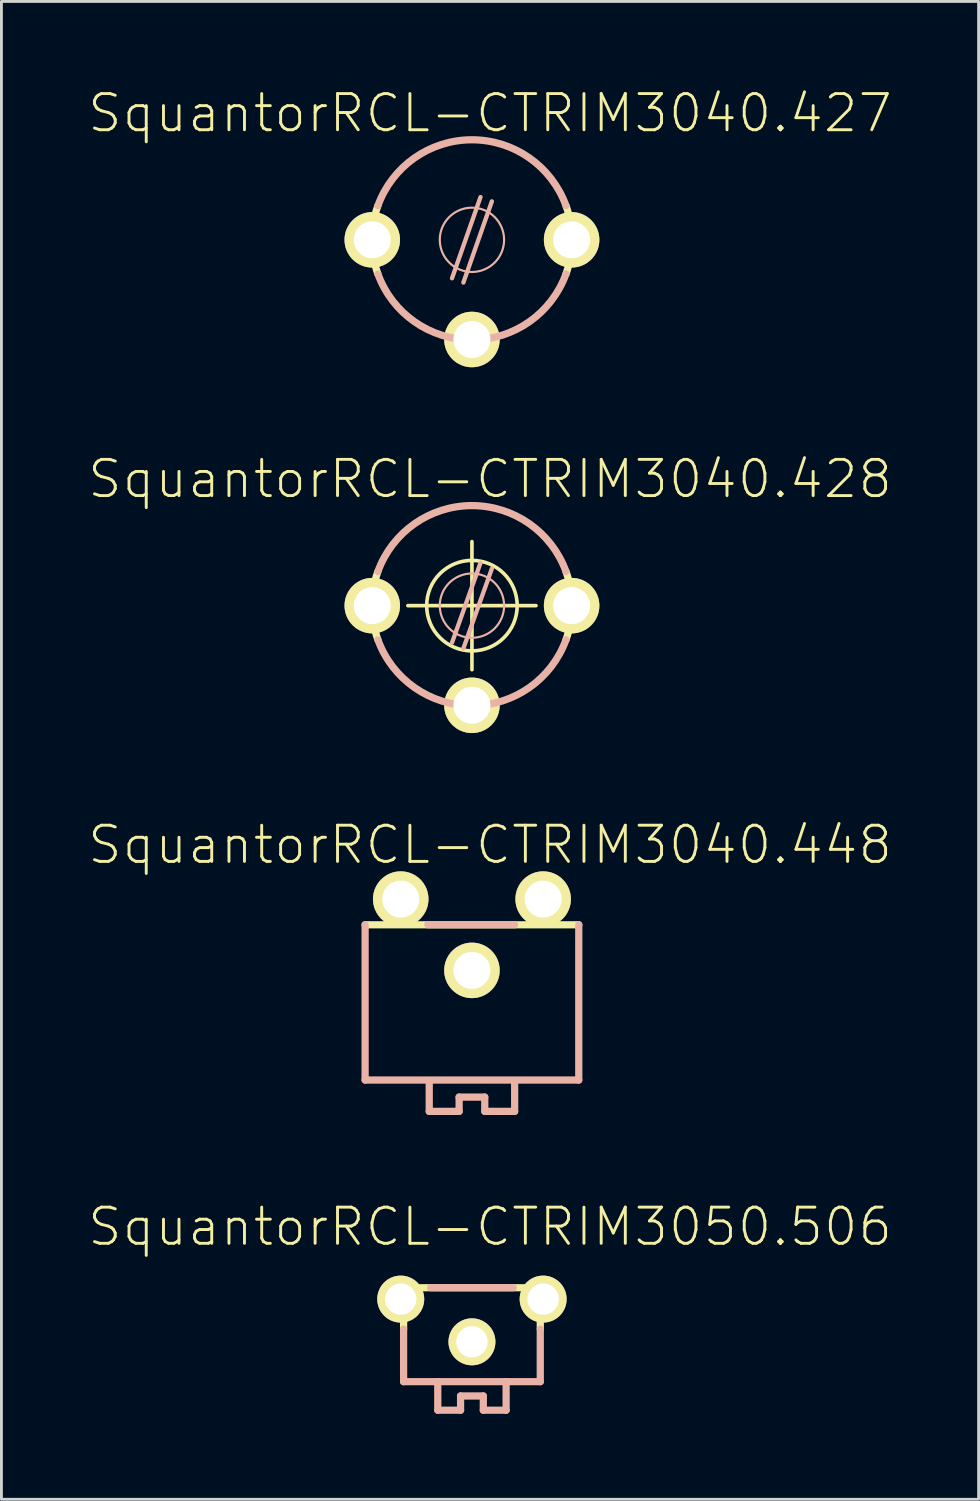
<source format=kicad_pcb>
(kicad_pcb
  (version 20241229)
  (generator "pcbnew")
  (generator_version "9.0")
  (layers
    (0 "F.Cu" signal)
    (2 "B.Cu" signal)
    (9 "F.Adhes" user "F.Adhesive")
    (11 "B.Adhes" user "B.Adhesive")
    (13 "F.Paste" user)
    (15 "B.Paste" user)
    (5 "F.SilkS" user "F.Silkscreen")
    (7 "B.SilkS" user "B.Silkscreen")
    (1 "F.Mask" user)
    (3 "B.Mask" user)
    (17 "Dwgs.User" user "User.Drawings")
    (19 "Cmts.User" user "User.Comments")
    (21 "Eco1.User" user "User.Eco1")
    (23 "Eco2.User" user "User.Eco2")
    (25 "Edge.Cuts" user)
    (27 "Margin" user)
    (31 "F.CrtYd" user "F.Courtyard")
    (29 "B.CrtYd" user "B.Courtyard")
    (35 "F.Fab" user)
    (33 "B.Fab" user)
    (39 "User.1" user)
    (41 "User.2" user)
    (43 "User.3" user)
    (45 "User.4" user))
  (footprint "SquantorRCL-CTRIM3040.448"
    (layer "F.Cu")
    (at 13.512 32.312)
    (property "Reference" "SquantorRCL-CTRIM3040.448" (at 0.635 -5.715 0) (layer "F.SilkS") (effects (font (size 1.27 1.27) (thickness 0.102))))
    (attr exclude_from_pos_files exclude_from_bom)
    (fp_line (start -3.749 -2.908) (end 3.749 -2.908) (stroke (width 0.254) (type solid)) (layer "F.SilkS"))
    (fp_line (start -2.799 -4.559) (end -2.2 -4.559) (stroke (width 0.066) (type solid)) (layer "F.SilkS"))
    (fp_line (start -2.799 -3.01) (end -2.799 -4.559) (stroke (width 0.066) (type solid)) (layer "F.SilkS"))
    (fp_line (start -2.799 -3.01) (end -2.2 -3.01) (stroke (width 0.066) (type solid)) (layer "F.SilkS"))
    (fp_line (start -2.2 -3.01) (end -2.2 -4.559) (stroke (width 0.066) (type solid)) (layer "F.SilkS"))
    (fp_line (start 2.2 -4.559) (end 2.799 -4.559) (stroke (width 0.066) (type solid)) (layer "F.SilkS"))
    (fp_line (start 2.2 -3.01) (end 2.2 -4.559) (stroke (width 0.066) (type solid)) (layer "F.SilkS"))
    (fp_line (start 2.2 -3.01) (end 2.799 -3.01) (stroke (width 0.066) (type solid)) (layer "F.SilkS"))
    (fp_line (start 2.799 -3.01) (end 2.799 -4.559) (stroke (width 0.066) (type solid)) (layer "F.SilkS"))
    (fp_line (start -3.749 2.54) (end -3.749 -2.908) (stroke (width 0.254) (type solid)) (layer "B.SilkS"))
    (fp_line (start -1.549 -2.908) (end 1.499 -2.908) (stroke (width 0.254) (type solid)) (layer "B.SilkS"))
    (fp_line (start -1.499 2.639) (end -1.499 3.64) (stroke (width 0.254) (type solid)) (layer "B.SilkS"))
    (fp_line (start -1.499 3.64) (end -0.45 3.64) (stroke (width 0.254) (type solid)) (layer "B.SilkS"))
    (fp_line (start -0.45 3.139) (end 0.45 3.139) (stroke (width 0.254) (type solid)) (layer "B.SilkS"))
    (fp_line (start -0.45 3.64) (end -0.45 3.139) (stroke (width 0.254) (type solid)) (layer "B.SilkS"))
    (fp_line (start 0.45 3.139) (end 0.45 3.64) (stroke (width 0.254) (type solid)) (layer "B.SilkS"))
    (fp_line (start 0.45 3.64) (end 1.499 3.64) (stroke (width 0.254) (type solid)) (layer "B.SilkS"))
    (fp_line (start 1.499 3.64) (end 1.499 2.639) (stroke (width 0.254) (type solid)) (layer "B.SilkS"))
    (fp_line (start 3.749 -2.908) (end 3.749 2.54) (stroke (width 0.254) (type solid)) (layer "B.SilkS"))
    (fp_line (start 3.749 2.54) (end -3.749 2.54) (stroke (width 0.254) (type solid)) (layer "B.SilkS"))
    (pad "1A" thru_hole circle (at -2.499 -3.81) (size 1.948 1.948) (drill 1.298) (layers "*.Cu" "F.Mask" "F.SilkS" "F.Paste"))
    (pad "1B" thru_hole circle (at 2.499 -3.81) (size 1.948 1.948) (drill 1.298) (layers "*.Cu" "F.Mask" "F.SilkS" "F.Paste"))
    (pad "2" thru_hole circle (at 0 -1.308) (size 1.948 1.948) (drill 1.298) (layers "*.Cu" "F.Mask" "F.SilkS" "F.Paste")))
  (footprint "SquantorRCL-CTRIM3050.506"
    (layer "F.Cu")
    (at 13.512 43.81)
    (property "Reference" "SquantorRCL-CTRIM3050.506" (at 0.635 -3.81 0) (layer "F.SilkS") (effects (font (size 1.27 1.27) (thickness 0.102))))
    (attr exclude_from_pos_files exclude_from_bom)
    (fp_line (start -2.398 -0.218) (end -2.398 -1.669) (stroke (width 0.254) (type solid)) (layer "F.SilkS"))
    (fp_line (start 2.398 -1.669) (end -2.398 -1.669) (stroke (width 0.254) (type solid)) (layer "F.SilkS"))
    (fp_line (start 2.398 -0.218) (end 2.398 -1.669) (stroke (width 0.254) (type solid)) (layer "F.SilkS"))
    (fp_line (start -2.398 -0.218) (end -2.398 1.628) (stroke (width 0.254) (type solid)) (layer "B.SilkS"))
    (fp_line (start -1.448 -1.669) (end 1.448 -1.669) (stroke (width 0.254) (type solid)) (layer "B.SilkS"))
    (fp_line (start -1.199 1.628) (end -2.398 1.628) (stroke (width 0.254) (type solid)) (layer "B.SilkS"))
    (fp_line (start -1.199 1.628) (end 1.199 1.628) (stroke (width 0.254) (type solid)) (layer "B.SilkS"))
    (fp_line (start -1.199 2.629) (end -1.199 1.628) (stroke (width 0.254) (type solid)) (layer "B.SilkS"))
    (fp_line (start -1.199 2.629) (end -0.399 2.629) (stroke (width 0.254) (type solid)) (layer "B.SilkS"))
    (fp_line (start -0.399 2.129) (end 0.399 2.129) (stroke (width 0.254) (type solid)) (layer "B.SilkS"))
    (fp_line (start -0.399 2.629) (end -0.399 2.129) (stroke (width 0.254) (type solid)) (layer "B.SilkS"))
    (fp_line (start 0.399 2.129) (end 0.399 2.629) (stroke (width 0.254) (type solid)) (layer "B.SilkS"))
    (fp_line (start 0.399 2.629) (end 1.199 2.629) (stroke (width 0.254) (type solid)) (layer "B.SilkS"))
    (fp_line (start 1.199 1.628) (end 1.199 2.629) (stroke (width 0.254) (type solid)) (layer "B.SilkS"))
    (fp_line (start 1.199 1.628) (end 2.398 1.628) (stroke (width 0.254) (type solid)) (layer "B.SilkS"))
    (fp_line (start 2.398 1.628) (end 2.398 -0.218) (stroke (width 0.254) (type solid)) (layer "B.SilkS"))
    (pad "1A" thru_hole circle (at -2.499 -1.27) (size 1.648 1.648) (drill 1.1) (layers "*.Cu" "F.Mask" "F.SilkS" "F.Paste"))
    (pad "1B" thru_hole circle (at 2.499 -1.27) (size 1.648 1.648) (drill 1.1) (layers "*.Cu" "F.Mask" "F.SilkS" "F.Paste"))
    (pad "2" thru_hole circle (at 0 0.229) (size 1.648 1.648) (drill 1.1) (layers "*.Cu" "F.Mask" "F.SilkS" "F.Paste")))
  (footprint "SquantorRCL-CTRIM3040.428"
    (layer "F.Cu")
    (at 13.512 18.204)
    (property "Reference" "SquantorRCL-CTRIM3040.428" (at 0.635 -4.445 0) (layer "F.SilkS") (effects (font (size 1.27 1.27) (thickness 0.102))))
    (attr exclude_from_pos_files exclude_from_bom)
    (fp_line (start -3.899 -0.599) (end -3.498 -0.599) (stroke (width 0.066) (type solid)) (layer "F.SilkS"))
    (fp_line (start -3.899 0.599) (end -3.899 -0.599) (stroke (width 0.066) (type solid)) (layer "F.SilkS"))
    (fp_line (start -3.899 0.599) (end -3.498 0.599) (stroke (width 0.066) (type solid)) (layer "F.SilkS"))
    (fp_line (start -3.498 0.599) (end -3.498 -0.599) (stroke (width 0.066) (type solid)) (layer "F.SilkS"))
    (fp_line (start -2.248 0) (end 2.248 0) (stroke (width 0.127) (type solid)) (layer "F.SilkS"))
    (fp_line (start -0.599 3.498) (end 0.599 3.498) (stroke (width 0.066) (type solid)) (layer "F.SilkS"))
    (fp_line (start -0.599 3.899) (end -0.599 3.498) (stroke (width 0.066) (type solid)) (layer "F.SilkS"))
    (fp_line (start -0.599 3.899) (end 0.599 3.899) (stroke (width 0.066) (type solid)) (layer "F.SilkS"))
    (fp_line (start 0 2.248) (end 0 -2.248) (stroke (width 0.127) (type solid)) (layer "F.SilkS"))
    (fp_line (start 0.599 3.899) (end 0.599 3.498) (stroke (width 0.066) (type solid)) (layer "F.SilkS"))
    (fp_line (start 3.498 -0.599) (end 3.899 -0.599) (stroke (width 0.066) (type solid)) (layer "F.SilkS"))
    (fp_line (start 3.498 0.599) (end 3.498 -0.599) (stroke (width 0.066) (type solid)) (layer "F.SilkS"))
    (fp_line (start 3.498 0.599) (end 3.899 0.599) (stroke (width 0.066) (type solid)) (layer "F.SilkS"))
    (fp_line (start 3.899 0.599) (end 3.899 -0.599) (stroke (width 0.066) (type solid)) (layer "F.SilkS"))
    (fp_arc (start -3.29946 1.19888) (mid -3.51052 0.001161) (end -3.300252 -1.196698) (stroke (width 0.254) (type solid)) (layer "F.SilkS"))
    (fp_arc (start 3.29946 -1.19888) (mid 3.51052 -0.001161) (end 3.300252 1.196698) (stroke (width 0.254) (type solid)) (layer "F.SilkS"))
    (fp_circle (center 0 0) (end -1.123 1.123) (stroke (width 0.127) (type solid)) (fill no) (layer "F.SilkS"))
    (fp_line (start -0.3 1.499) (end 0.699 -1.298) (stroke (width 0.152) (type solid)) (layer "B.SilkS"))
    (fp_line (start 0.3 -1.499) (end -0.699 1.298) (stroke (width 0.152) (type solid)) (layer "B.SilkS"))
    (fp_arc (start -3.29946 -1.19888) (mid -0.001903 -3.510519) (end 3.298158 -1.202457) (stroke (width 0.254) (type solid)) (layer "B.SilkS"))
    (fp_arc (start 3.29946 1.19888) (mid 0.001903 3.510519) (end -3.298158 1.202457) (stroke (width 0.254) (type solid)) (layer "B.SilkS"))
    (fp_circle (center 0 0) (end -0.798 0.798) (stroke (width 0.076) (type solid)) (fill no) (layer "B.SilkS"))
    (pad "1A" thru_hole circle (at -3.498 0) (size 1.948 1.948) (drill 1.298) (layers "*.Cu" "F.Mask" "F.SilkS" "F.Paste"))
    (pad "1B" thru_hole circle (at 3.498 0) (size 1.948 1.948) (drill 1.298) (layers "*.Cu" "F.Mask" "F.SilkS" "F.Paste"))
    (pad "2" thru_hole circle (at 0 3.498) (size 1.948 1.948) (drill 1.298) (layers "*.Cu" "F.Mask" "F.SilkS" "F.Paste")))
  (footprint "SquantorRCL-CTRIM3040.427"
    (layer "F.Cu")
    (at 13.512 5.366)
    (property "Reference" "SquantorRCL-CTRIM3040.427" (at 0.635 -4.445 0) (layer "F.SilkS") (effects (font (size 1.27 1.27) (thickness 0.102))))
    (attr exclude_from_pos_files exclude_from_bom)
    (fp_line (start -3.899 -0.599) (end -3.498 -0.599) (stroke (width 0.066) (type solid)) (layer "F.SilkS"))
    (fp_line (start -3.899 0.599) (end -3.899 -0.599) (stroke (width 0.066) (type solid)) (layer "F.SilkS"))
    (fp_line (start -3.899 0.599) (end -3.498 0.599) (stroke (width 0.066) (type solid)) (layer "F.SilkS"))
    (fp_line (start -3.498 0.599) (end -3.498 -0.599) (stroke (width 0.066) (type solid)) (layer "F.SilkS"))
    (fp_line (start -0.599 3.498) (end 0.599 3.498) (stroke (width 0.066) (type solid)) (layer "F.SilkS"))
    (fp_line (start -0.599 3.899) (end -0.599 3.498) (stroke (width 0.066) (type solid)) (layer "F.SilkS"))
    (fp_line (start -0.599 3.899) (end 0.599 3.899) (stroke (width 0.066) (type solid)) (layer "F.SilkS"))
    (fp_line (start 0.599 3.899) (end 0.599 3.498) (stroke (width 0.066) (type solid)) (layer "F.SilkS"))
    (fp_line (start 3.498 -0.599) (end 3.899 -0.599) (stroke (width 0.066) (type solid)) (layer "F.SilkS"))
    (fp_line (start 3.498 0.599) (end 3.498 -0.599) (stroke (width 0.066) (type solid)) (layer "F.SilkS"))
    (fp_line (start 3.498 0.599) (end 3.899 0.599) (stroke (width 0.066) (type solid)) (layer "F.SilkS"))
    (fp_line (start 3.899 0.599) (end 3.899 -0.599) (stroke (width 0.066) (type solid)) (layer "F.SilkS"))
    (fp_arc (start -3.29946 1.19888) (mid -3.51052 0.001161) (end -3.300252 -1.196698) (stroke (width 0.254) (type solid)) (layer "F.SilkS"))
    (fp_arc (start 3.29946 -1.19888) (mid 3.51052 -0.001161) (end 3.300252 1.196698) (stroke (width 0.254) (type solid)) (layer "F.SilkS"))
    (fp_line (start -0.3 1.499) (end 0.699 -1.349) (stroke (width 0.152) (type solid)) (layer "B.SilkS"))
    (fp_line (start 0.3 -1.499) (end -0.699 1.349) (stroke (width 0.152) (type solid)) (layer "B.SilkS"))
    (fp_arc (start -3.29946 -1.19888) (mid -0.001903 -3.510519) (end 3.298158 -1.202457) (stroke (width 0.254) (type solid)) (layer "B.SilkS"))
    (fp_arc (start 3.29946 1.19888) (mid 0.001903 3.510519) (end -3.298158 1.202457) (stroke (width 0.254) (type solid)) (layer "B.SilkS"))
    (fp_circle (center 0 0) (end -0.798 0.798) (stroke (width 0.076) (type solid)) (fill no) (layer "B.SilkS"))
    (pad "1A" thru_hole circle (at -3.498 0) (size 1.948 1.948) (drill 1.298) (layers "*.Cu" "F.Mask" "F.SilkS" "F.Paste"))
    (pad "1B" thru_hole circle (at 3.498 0) (size 1.948 1.948) (drill 1.298) (layers "*.Cu" "F.Mask" "F.SilkS" "F.Paste"))
    (pad "2" thru_hole circle (at 0 3.498) (size 1.948 1.948) (drill 1.298) (layers "*.Cu" "F.Mask" "F.SilkS" "F.Paste")))
  (gr_rect
    (start -3 -3)
    (end 31.293 49.566)
    (stroke (width 0.1) (type default))
    (fill no)
    (layer "Edge.Cuts")))
</source>
